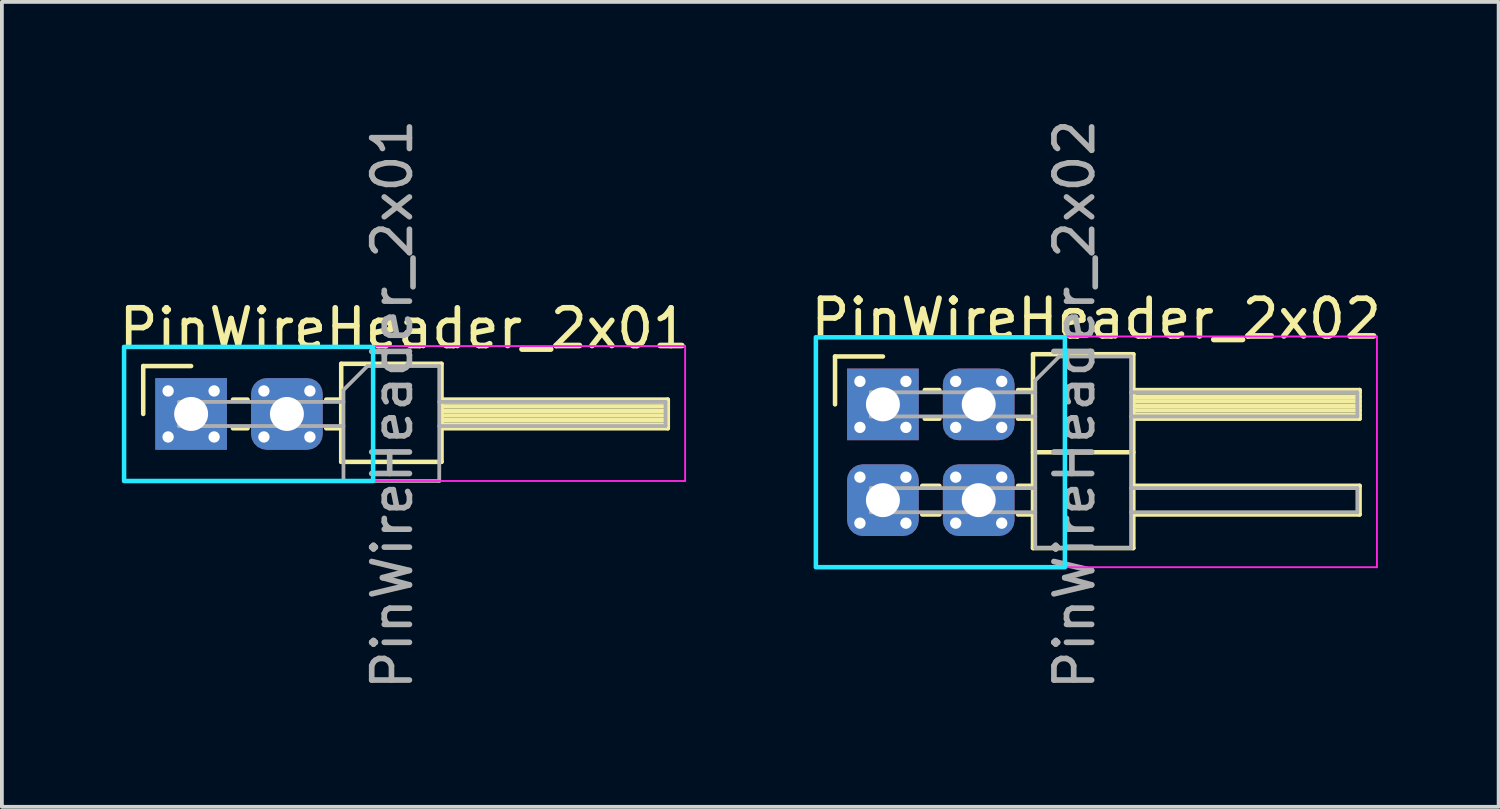
<source format=kicad_pcb>
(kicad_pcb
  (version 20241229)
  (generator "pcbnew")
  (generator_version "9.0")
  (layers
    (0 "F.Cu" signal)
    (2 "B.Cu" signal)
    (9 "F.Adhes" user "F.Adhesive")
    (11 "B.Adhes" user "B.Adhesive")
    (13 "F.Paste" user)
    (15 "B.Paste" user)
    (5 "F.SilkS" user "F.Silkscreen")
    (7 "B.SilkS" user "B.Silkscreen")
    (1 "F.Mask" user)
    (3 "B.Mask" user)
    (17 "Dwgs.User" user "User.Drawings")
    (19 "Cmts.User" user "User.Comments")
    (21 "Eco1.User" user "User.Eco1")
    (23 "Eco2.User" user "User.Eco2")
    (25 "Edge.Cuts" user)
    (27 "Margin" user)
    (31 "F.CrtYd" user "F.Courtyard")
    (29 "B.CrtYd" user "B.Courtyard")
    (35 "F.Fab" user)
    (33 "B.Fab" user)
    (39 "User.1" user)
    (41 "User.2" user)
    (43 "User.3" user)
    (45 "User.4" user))
  (footprint "PinWireHeader_2x01"
    (layer "F.Cu")
    (at 2.018 7.927)
    (property "Reference" "PinWireHeader_2x01" (at 5.655 -2.27 180) (layer "F.SilkS") (effects (font (size 1 1) (thickness 0.15))))
    (attr through_hole)
    (fp_circle (center 0 0) (end 0.457 0) (stroke (width 0.15) (type solid)) (fill yes) (layer "F.Mask"))
    (fp_circle (center 2.54 0) (end 2.997 0) (stroke (width 0.15) (type solid)) (fill yes) (layer "F.Mask"))
    (fp_line (start -1.27 -1.27) (end 0 -1.27) (stroke (width 0.12) (type solid)) (layer "F.SilkS"))
    (fp_line (start -1.27 0) (end -1.27 -1.27) (stroke (width 0.12) (type solid)) (layer "F.SilkS"))
    (fp_line (start 1.11 -0.38) (end 1.497 -0.38) (stroke (width 0.12) (type solid)) (layer "F.SilkS"))
    (fp_line (start 1.11 0.38) (end 1.497 0.38) (stroke (width 0.12) (type solid)) (layer "F.SilkS"))
    (fp_line (start 3.583 -0.38) (end 3.98 -0.38) (stroke (width 0.12) (type solid)) (layer "F.SilkS"))
    (fp_line (start 3.583 0.38) (end 3.98 0.38) (stroke (width 0.12) (type solid)) (layer "F.SilkS"))
    (fp_line (start 3.98 -1.33) (end 3.98 1.27) (stroke (width 0.12) (type solid)) (layer "F.SilkS"))
    (fp_line (start 3.98 1.27) (end 6.64 1.27) (stroke (width 0.12) (type solid)) (layer "F.SilkS"))
    (fp_line (start 6.64 -1.33) (end 3.98 -1.33) (stroke (width 0.12) (type solid)) (layer "F.SilkS"))
    (fp_line (start 6.64 -0.38) (end 12.64 -0.38) (stroke (width 0.12) (type solid)) (layer "F.SilkS"))
    (fp_line (start 6.64 -0.32) (end 12.64 -0.32) (stroke (width 0.12) (type solid)) (layer "F.SilkS"))
    (fp_line (start 6.64 -0.2) (end 12.64 -0.2) (stroke (width 0.12) (type solid)) (layer "F.SilkS"))
    (fp_line (start 6.64 -0.08) (end 12.64 -0.08) (stroke (width 0.12) (type solid)) (layer "F.SilkS"))
    (fp_line (start 6.64 0.04) (end 12.64 0.04) (stroke (width 0.12) (type solid)) (layer "F.SilkS"))
    (fp_line (start 6.64 0.16) (end 12.64 0.16) (stroke (width 0.12) (type solid)) (layer "F.SilkS"))
    (fp_line (start 6.64 0.28) (end 12.64 0.28) (stroke (width 0.12) (type solid)) (layer "F.SilkS"))
    (fp_line (start 6.64 1.27) (end 6.64 -1.33) (stroke (width 0.12) (type solid)) (layer "F.SilkS"))
    (fp_line (start 12.64 -0.38) (end 12.64 0.38) (stroke (width 0.12) (type solid)) (layer "F.SilkS"))
    (fp_line (start 12.64 0.38) (end 6.64 0.38) (stroke (width 0.12) (type solid)) (layer "F.SilkS"))
    (fp_rect (start -1.778 -1.778) (end 4.826 1.778) (stroke (width 0.12) (type solid)) (fill no) (layer "B.CrtYd"))
    (fp_line (start -1.8 -1.8) (end -1.8 1.778) (stroke (width 0.05) (type solid)) (layer "F.CrtYd"))
    (fp_line (start -1.8 1.778) (end 13.1 1.778) (stroke (width 0.05) (type solid)) (layer "F.CrtYd"))
    (fp_line (start 13.1 -1.8) (end -1.8 -1.8) (stroke (width 0.05) (type solid)) (layer "F.CrtYd"))
    (fp_line (start 13.1 1.778) (end 13.1 -1.8) (stroke (width 0.05) (type solid)) (layer "F.CrtYd"))
    (fp_line (start -0.32 -0.32) (end -0.32 0.32) (stroke (width 0.1) (type solid)) (layer "F.Fab"))
    (fp_line (start -0.32 -0.32) (end 4.04 -0.32) (stroke (width 0.1) (type solid)) (layer "F.Fab"))
    (fp_line (start -0.32 0.32) (end 4.04 0.32) (stroke (width 0.1) (type solid)) (layer "F.Fab"))
    (fp_line (start 4.04 -0.635) (end 4.675 -1.27) (stroke (width 0.1) (type solid)) (layer "F.Fab"))
    (fp_line (start 4.04 1.778) (end 4.04 -0.635) (stroke (width 0.1) (type solid)) (layer "F.Fab"))
    (fp_line (start 4.675 -1.27) (end 6.58 -1.27) (stroke (width 0.1) (type solid)) (layer "F.Fab"))
    (fp_line (start 6.58 -1.27) (end 6.58 1.778) (stroke (width 0.1) (type solid)) (layer "F.Fab"))
    (fp_line (start 6.58 -0.32) (end 12.58 -0.32) (stroke (width 0.1) (type solid)) (layer "F.Fab"))
    (fp_line (start 6.58 0.32) (end 12.58 0.32) (stroke (width 0.1) (type solid)) (layer "F.Fab"))
    (fp_line (start 6.58 1.778) (end 4.04 1.778) (stroke (width 0.1) (type solid)) (layer "F.Fab"))
    (fp_line (start 12.58 -0.32) (end 12.58 0.32) (stroke (width 0.1) (type solid)) (layer "F.Fab"))
    (fp_text user "${REFERENCE}" (at 5.334 -0.254 270) (layer "F.Fab") (effects (font (size 1 1) (thickness 0.15))))
    (pad "1" thru_hole circle (at -0.61 -0.61) (size 0.35 0.35) (drill 0.3) (layers "*.Cu" "*.Mask"))
    (pad "1" thru_hole circle (at -0.61 0.61) (size 0.35 0.35) (drill 0.3) (layers "*.Cu" "*.Mask"))
    (pad "1" thru_hole rect (at 0 0) (size 1.9 1.9) (drill 0.9) (layers "*.Cu" "B.Mask"))
    (pad "1" thru_hole circle (at 0.61 -0.61) (size 0.35 0.35) (drill 0.3) (layers "*.Cu" "*.Mask"))
    (pad "1" thru_hole circle (at 0.61 0.61) (size 0.35 0.35) (drill 0.3) (layers "*.Cu" "*.Mask"))
    (pad "2" thru_hole circle (at 1.93 -0.61) (size 0.35 0.35) (drill 0.3) (layers "*.Cu" "*.Mask"))
    (pad "2" thru_hole circle (at 1.93 0.61) (size 0.35 0.35) (drill 0.3) (layers "*.Cu" "*.Mask"))
    (pad "2" thru_hole roundrect (at 2.54 0) (size 1.9 1.9) (drill 0.9) (layers "*.Cu" "B.Mask") (roundrect_rratio 0.22))
    (pad "2" thru_hole circle (at 3.15 -0.61) (size 0.35 0.35) (drill 0.3) (layers "*.Cu" "*.Mask"))
    (pad "2" thru_hole circle (at 3.15 0.61) (size 0.35 0.35) (drill 0.3) (layers "*.Cu" "*.Mask")))
  (footprint "PinWireHeader_2x02"
    (layer "F.Cu")
    (at 20.363 7.673)
    (property "Reference" "PinWireHeader_2x02" (at 5.655 -2.27 180) (layer "F.SilkS") (effects (font (size 1 1) (thickness 0.15))))
    (attr through_hole)
    (fp_circle (center 0 0) (end 0.457 0) (stroke (width 0.15) (type solid)) (fill yes) (layer "F.Mask"))
    (fp_circle (center 0 2.54) (end 0.457 2.54) (stroke (width 0.15) (type solid)) (fill yes) (layer "F.Mask"))
    (fp_circle (center 2.54 0) (end 2.997 0) (stroke (width 0.15) (type solid)) (fill yes) (layer "F.Mask"))
    (fp_circle (center 2.54 2.54) (end 2.997 2.54) (stroke (width 0.15) (type solid)) (fill yes) (layer "F.Mask"))
    (fp_line (start -1.27 -1.27) (end 0 -1.27) (stroke (width 0.12) (type solid)) (layer "F.SilkS"))
    (fp_line (start -1.27 0) (end -1.27 -1.27) (stroke (width 0.12) (type solid)) (layer "F.SilkS"))
    (fp_line (start 1.043 2.16) (end 1.497 2.16) (stroke (width 0.12) (type solid)) (layer "F.SilkS"))
    (fp_line (start 1.043 2.92) (end 1.497 2.92) (stroke (width 0.12) (type solid)) (layer "F.SilkS"))
    (fp_line (start 1.11 -0.38) (end 1.497 -0.38) (stroke (width 0.12) (type solid)) (layer "F.SilkS"))
    (fp_line (start 1.11 0.38) (end 1.497 0.38) (stroke (width 0.12) (type solid)) (layer "F.SilkS"))
    (fp_line (start 3.583 -0.38) (end 3.98 -0.38) (stroke (width 0.12) (type solid)) (layer "F.SilkS"))
    (fp_line (start 3.583 0.38) (end 3.98 0.38) (stroke (width 0.12) (type solid)) (layer "F.SilkS"))
    (fp_line (start 3.583 2.16) (end 3.98 2.16) (stroke (width 0.12) (type solid)) (layer "F.SilkS"))
    (fp_line (start 3.583 2.92) (end 3.98 2.92) (stroke (width 0.12) (type solid)) (layer "F.SilkS"))
    (fp_line (start 3.98 -1.33) (end 3.98 3.81) (stroke (width 0.12) (type solid)) (layer "F.SilkS"))
    (fp_line (start 3.98 1.27) (end 6.64 1.27) (stroke (width 0.12) (type solid)) (layer "F.SilkS"))
    (fp_line (start 3.98 3.81) (end 6.64 3.81) (stroke (width 0.12) (type solid)) (layer "F.SilkS"))
    (fp_line (start 6.64 -1.33) (end 3.98 -1.33) (stroke (width 0.12) (type solid)) (layer "F.SilkS"))
    (fp_line (start 6.64 -0.38) (end 12.64 -0.38) (stroke (width 0.12) (type solid)) (layer "F.SilkS"))
    (fp_line (start 6.64 -0.32) (end 12.64 -0.32) (stroke (width 0.12) (type solid)) (layer "F.SilkS"))
    (fp_line (start 6.64 -0.2) (end 12.64 -0.2) (stroke (width 0.12) (type solid)) (layer "F.SilkS"))
    (fp_line (start 6.64 -0.08) (end 12.64 -0.08) (stroke (width 0.12) (type solid)) (layer "F.SilkS"))
    (fp_line (start 6.64 0.04) (end 12.64 0.04) (stroke (width 0.12) (type solid)) (layer "F.SilkS"))
    (fp_line (start 6.64 0.16) (end 12.64 0.16) (stroke (width 0.12) (type solid)) (layer "F.SilkS"))
    (fp_line (start 6.64 0.28) (end 12.64 0.28) (stroke (width 0.12) (type solid)) (layer "F.SilkS"))
    (fp_line (start 6.64 2.16) (end 12.64 2.16) (stroke (width 0.12) (type solid)) (layer "F.SilkS"))
    (fp_line (start 6.64 3.81) (end 6.64 -1.33) (stroke (width 0.12) (type solid)) (layer "F.SilkS"))
    (fp_line (start 12.64 -0.38) (end 12.64 0.38) (stroke (width 0.12) (type solid)) (layer "F.SilkS"))
    (fp_line (start 12.64 0.38) (end 6.64 0.38) (stroke (width 0.12) (type solid)) (layer "F.SilkS"))
    (fp_line (start 12.64 2.16) (end 12.64 2.92) (stroke (width 0.12) (type solid)) (layer "F.SilkS"))
    (fp_line (start 12.64 2.92) (end 6.64 2.92) (stroke (width 0.12) (type solid)) (layer "F.SilkS"))
    (fp_rect (start -1.778 -1.778) (end 4.826 4.318) (stroke (width 0.12) (type solid)) (fill no) (layer "B.CrtYd"))
    (fp_line (start -1.8 -1.8) (end -1.8 4.318) (stroke (width 0.05) (type solid)) (layer "F.CrtYd"))
    (fp_line (start -1.8 4.318) (end 13.1 4.318) (stroke (width 0.05) (type solid)) (layer "F.CrtYd"))
    (fp_line (start 13.1 -1.8) (end -1.8 -1.8) (stroke (width 0.05) (type solid)) (layer "F.CrtYd"))
    (fp_line (start 13.1 4.318) (end 13.1 -1.8) (stroke (width 0.05) (type solid)) (layer "F.CrtYd"))
    (fp_line (start -0.32 -0.32) (end -0.32 0.32) (stroke (width 0.1) (type solid)) (layer "F.Fab"))
    (fp_line (start -0.32 -0.32) (end 4.04 -0.32) (stroke (width 0.1) (type solid)) (layer "F.Fab"))
    (fp_line (start -0.32 0.32) (end 4.04 0.32) (stroke (width 0.1) (type solid)) (layer "F.Fab"))
    (fp_line (start -0.32 2.22) (end -0.32 2.86) (stroke (width 0.1) (type solid)) (layer "F.Fab"))
    (fp_line (start -0.32 2.22) (end 4.04 2.22) (stroke (width 0.1) (type solid)) (layer "F.Fab"))
    (fp_line (start -0.32 2.86) (end 4.04 2.86) (stroke (width 0.1) (type solid)) (layer "F.Fab"))
    (fp_line (start 4.04 -0.635) (end 4.675 -1.27) (stroke (width 0.1) (type solid)) (layer "F.Fab"))
    (fp_line (start 4.04 3.81) (end 4.04 -0.635) (stroke (width 0.1) (type solid)) (layer "F.Fab"))
    (fp_line (start 4.675 -1.27) (end 6.58 -1.27) (stroke (width 0.1) (type solid)) (layer "F.Fab"))
    (fp_line (start 6.58 -1.27) (end 6.58 3.81) (stroke (width 0.1) (type solid)) (layer "F.Fab"))
    (fp_line (start 6.58 -0.32) (end 12.58 -0.32) (stroke (width 0.1) (type solid)) (layer "F.Fab"))
    (fp_line (start 6.58 0.32) (end 12.58 0.32) (stroke (width 0.1) (type solid)) (layer "F.Fab"))
    (fp_line (start 6.58 2.22) (end 12.58 2.22) (stroke (width 0.1) (type solid)) (layer "F.Fab"))
    (fp_line (start 6.58 2.86) (end 12.58 2.86) (stroke (width 0.1) (type solid)) (layer "F.Fab"))
    (fp_line (start 6.58 3.81) (end 4.04 3.81) (stroke (width 0.1) (type solid)) (layer "F.Fab"))
    (fp_line (start 12.58 -0.32) (end 12.58 0.32) (stroke (width 0.1) (type solid)) (layer "F.Fab"))
    (fp_line (start 12.58 2.22) (end 12.58 2.86) (stroke (width 0.1) (type solid)) (layer "F.Fab"))
    (fp_text user "${REFERENCE}" (at 5.08 0 270) (layer "F.Fab") (effects (font (size 1 1) (thickness 0.15))))
    (pad "1" thru_hole circle (at -0.61 -0.61) (size 0.35 0.35) (drill 0.3) (layers "*.Cu" "*.Mask"))
    (pad "1" thru_hole circle (at -0.61 0.61) (size 0.35 0.35) (drill 0.3) (layers "*.Cu" "*.Mask"))
    (pad "1" thru_hole rect (at 0 0) (size 1.9 1.9) (drill 0.9) (layers "*.Cu" "B.Mask"))
    (pad "1" thru_hole circle (at 0.61 -0.61) (size 0.35 0.35) (drill 0.3) (layers "*.Cu" "*.Mask"))
    (pad "1" thru_hole circle (at 0.61 0.61) (size 0.35 0.35) (drill 0.3) (layers "*.Cu" "*.Mask"))
    (pad "2" thru_hole circle (at 1.93 -0.61) (size 0.35 0.35) (drill 0.3) (layers "*.Cu" "*.Mask"))
    (pad "2" thru_hole circle (at 1.93 0.61) (size 0.35 0.35) (drill 0.3) (layers "*.Cu" "*.Mask"))
    (pad "2" thru_hole roundrect (at 2.54 0) (size 1.9 1.9) (drill 0.9) (layers "*.Cu" "B.Mask") (roundrect_rratio 0.22))
    (pad "2" thru_hole circle (at 3.15 -0.61) (size 0.35 0.35) (drill 0.3) (layers "*.Cu" "*.Mask"))
    (pad "2" thru_hole circle (at 3.15 0.61) (size 0.35 0.35) (drill 0.3) (layers "*.Cu" "*.Mask"))
    (pad "3" thru_hole circle (at -0.61 1.93) (size 0.35 0.35) (drill 0.3) (layers "*.Cu" "*.Mask"))
    (pad "3" thru_hole circle (at -0.61 3.15) (size 0.35 0.35) (drill 0.3) (layers "*.Cu" "*.Mask"))
    (pad "3" thru_hole roundrect (at 0 2.54) (size 1.9 1.9) (drill 0.9) (layers "*.Cu" "B.Mask") (roundrect_rratio 0.22))
    (pad "3" thru_hole circle (at 0.61 1.93) (size 0.35 0.35) (drill 0.3) (layers "*.Cu" "*.Mask"))
    (pad "3" thru_hole circle (at 0.61 3.15) (size 0.35 0.35) (drill 0.3) (layers "*.Cu" "*.Mask"))
    (pad "4" thru_hole circle (at 1.93 1.93) (size 0.35 0.35) (drill 0.3) (layers "*.Cu" "*.Mask"))
    (pad "4" thru_hole circle (at 1.93 3.15) (size 0.35 0.35) (drill 0.3) (layers "*.Cu" "*.Mask"))
    (pad "4" thru_hole roundrect (at 2.54 2.54) (size 1.9 1.9) (drill 0.9) (layers "*.Cu" "B.Mask") (roundrect_rratio 0.22))
    (pad "4" thru_hole circle (at 3.15 1.93) (size 0.35 0.35) (drill 0.3) (layers "*.Cu" "*.Mask"))
    (pad "4" thru_hole circle (at 3.15 3.15) (size 0.35 0.35) (drill 0.3) (layers "*.Cu" "*.Mask")))
  (gr_rect
    (start -3 -3)
    (end 36.69 18.345)
    (stroke (width 0.1) (type default))
    (fill no)
    (layer "Edge.Cuts")))
</source>
